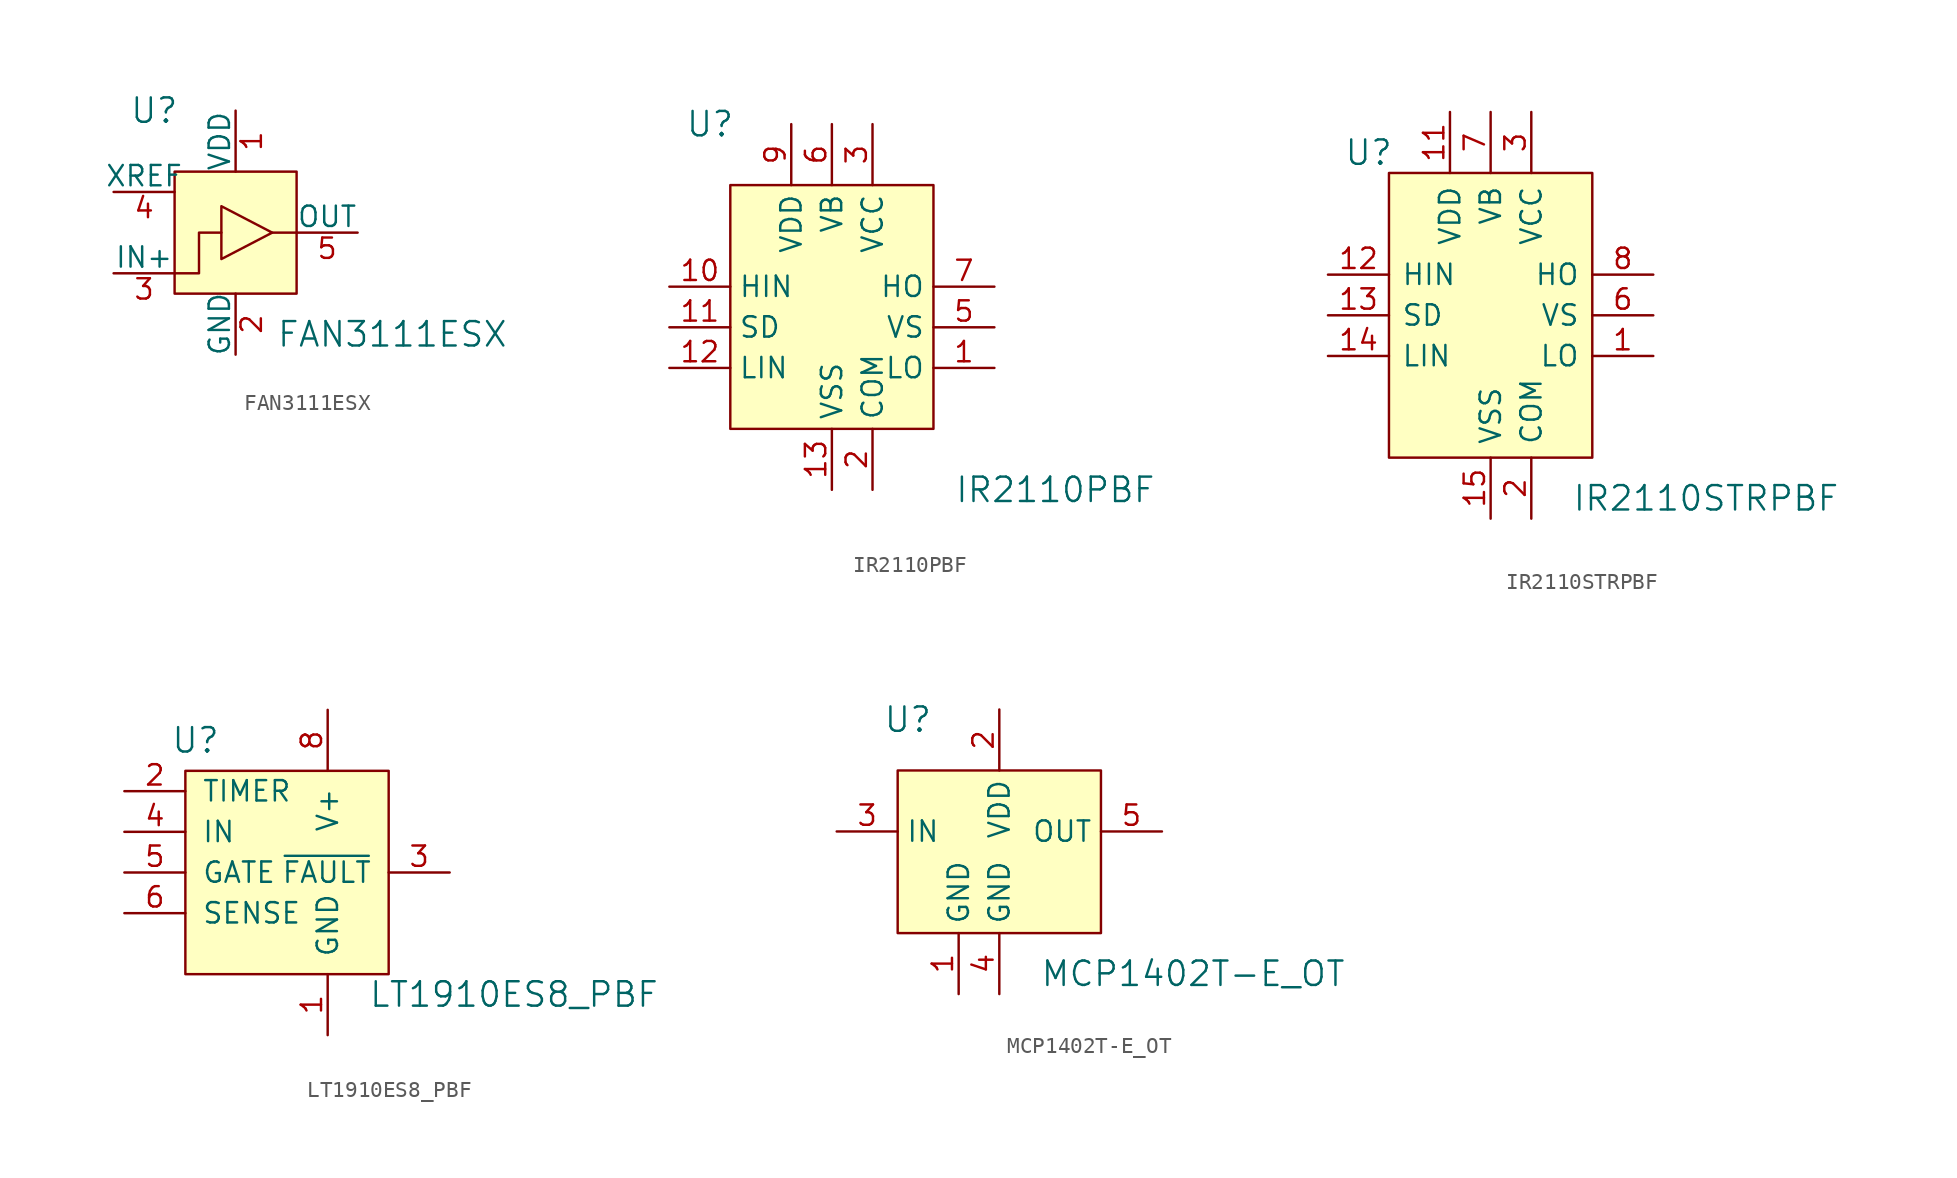
<source format=kicad_sym>
(kicad_symbol_lib
  (version 20201005)
  (generator kicad_symbol_editor)
  (symbol "FAN3111ESX"
    (pin_names
      (offset 0))
    (property "Reference" "U"
      (at -5.08 7.62 0)
      (effects (font (size 1.524 1.524))))
    (property "Value" "FAN3111ESX"
      (at 2.54 -6.35 0)
      (effects (font (size 1.524 1.524)) (justify left)))
    (symbol "FAN3111ESX_0_1"
      (rectangle (start -3.81 3.81) (end 3.81 -3.81) (stroke (width 0)) (fill (type background)))
      (polyline (pts (xy 3.81 0) (xy 2.286 0)) (stroke (width 0)) (fill (type none)))
      (polyline (pts (xy -3.81 -2.54) (xy -2.286 -2.54) (xy -2.286 0) (xy -0.889 0)) (stroke (width 0)) (fill (type none)))
      (polyline (pts (xy -0.889 1.651) (xy -0.889 -1.651) (xy 2.286 0) (xy -0.889 1.651)) (stroke (width 0)) (fill (type none))))
    (symbol "FAN3111ESX_1_1"
      (pin power_in line (at 0 7.62 270) (length 3.81) (name "VDD" (effects (font (size 1.27 1.27)))) (number "1" (effects (font (size 1.27 1.27)))))
      (pin power_in line (at 0 -7.62 90) (length 3.81) (name "GND" (effects (font (size 1.27 1.27)))) (number "2" (effects (font (size 1.27 1.27)))))
      (pin input line (at -7.62 -2.54 0) (length 3.81) (name "IN+" (effects (font (size 1.27 1.27)))) (number "3" (effects (font (size 1.27 1.27)))))
      (pin input line (at -7.62 2.54 0) (length 3.81) (name "XREF" (effects (font (size 1.27 1.27)))) (number "4" (effects (font (size 1.27 1.27)))))
      (pin output line (at 7.62 0 180) (length 3.81) (name "OUT" (effects (font (size 1.27 1.27)))) (number "5" (effects (font (size 1.27 1.27)))))))
  (symbol "IR2110PBF"
    (property "Reference" "U"
      (at -7.62 10.16 0)
      (effects (font (size 1.524 1.524))))
    (property "Value" "IR2110PBF"
      (at 13.97 -12.7 0)
      (effects (font (size 1.524 1.524))))
    (symbol "IR2110PBF_0_1"
      (rectangle (start -6.35 6.35) (end 6.35 -8.89) (stroke (width 0)) (fill (type background))))
    (symbol "IR2110PBF_1_1"
      (pin output line (at 10.16 -5.08 180) (length 3.81) (name "LO" (effects (font (size 1.27 1.27)))) (number "1" (effects (font (size 1.27 1.27)))))
      (pin power_in line (at 2.54 -12.7 90) (length 3.81) (name "COM" (effects (font (size 1.27 1.27)))) (number "2" (effects (font (size 1.27 1.27)))))
      (pin power_in line (at 2.54 10.16 270) (length 3.81) (name "VCC" (effects (font (size 1.27 1.27)))) (number "3" (effects (font (size 1.27 1.27)))))
      (pin no_connect line (at -7.62 -6.35 0) (length 3.81) hide (name "NC" (effects (font (size 1.27 1.27)))) (number "4" (effects (font (size 1.27 1.27)))))
      (pin power_in line (at 10.16 -2.54 180) (length 3.81) (name "VS" (effects (font (size 1.27 1.27)))) (number "5" (effects (font (size 1.27 1.27)))))
      (pin power_in line (at 0 10.16 270) (length 3.81) (name "VB" (effects (font (size 1.27 1.27)))) (number "6" (effects (font (size 1.27 1.27)))))
      (pin output line (at 10.16 0 180) (length 3.81) (name "HO" (effects (font (size 1.27 1.27)))) (number "7" (effects (font (size 1.27 1.27)))))
      (pin no_connect line (at -7.62 -7.62 0) (length 3.81) hide (name "NC" (effects (font (size 1.27 1.27)))) (number "8" (effects (font (size 1.27 1.27)))))
      (pin power_in line (at -2.54 10.16 270) (length 3.81) (name "VDD" (effects (font (size 1.27 1.27)))) (number "9" (effects (font (size 1.27 1.27)))))
      (pin input line (at -10.16 0 0) (length 3.81) (name "HIN" (effects (font (size 1.27 1.27)))) (number "10" (effects (font (size 1.27 1.27)))))
      (pin input line (at -10.16 -2.54 0) (length 3.81) (name "SD" (effects (font (size 1.27 1.27)))) (number "11" (effects (font (size 1.27 1.27)))))
      (pin input line (at -10.16 -5.08 0) (length 3.81) (name "LIN" (effects (font (size 1.27 1.27)))) (number "12" (effects (font (size 1.27 1.27)))))
      (pin power_in line (at 0 -12.7 90) (length 3.81) (name "VSS" (effects (font (size 1.27 1.27)))) (number "13" (effects (font (size 1.27 1.27)))))
      (pin no_connect line (at -7.62 -8.89 0) (length 3.81) hide (name "NC" (effects (font (size 1.27 1.27)))) (number "14" (effects (font (size 1.27 1.27)))))))
  (symbol "IR2110STRPBF"
    (pin_names
      (offset 0.762))
    (property "Reference" "U"
      (at -7.62 10.16 0)
      (effects (font (size 1.524 1.524))))
    (property "Value" "IR2110STRPBF"
      (at 5.08 -11.43 0)
      (effects (font (size 1.524 1.524)) (justify left)))
    (symbol "IR2110STRPBF_0_1"
      (rectangle (start -6.35 8.89) (end 6.35 -8.89) (stroke (width 0)) (fill (type background))))
    (symbol "IR2110STRPBF_1_1"
      (pin output line (at 10.16 -2.54 180) (length 3.81) (name "LO" (effects (font (size 1.27 1.27)))) (number "1" (effects (font (size 1.27 1.27)))))
      (pin power_in line (at 2.54 -12.7 90) (length 3.81) (name "COM" (effects (font (size 1.27 1.27)))) (number "2" (effects (font (size 1.27 1.27)))))
      (pin power_in line (at 2.54 12.7 270) (length 3.81) (name "VCC" (effects (font (size 1.27 1.27)))) (number "3" (effects (font (size 1.27 1.27)))))
      (pin no_connect line (at -6.35 -3.81 0) (length 3.81) hide (name "NC" (effects (font (size 1.27 1.27)))) (number "4" (effects (font (size 1.27 1.27)))))
      (pin no_connect line (at -6.35 -5.08 0) (length 3.81) hide (name "NC" (effects (font (size 1.27 1.27)))) (number "5" (effects (font (size 1.27 1.27)))))
      (pin power_in line (at 10.16 0 180) (length 3.81) (name "VS" (effects (font (size 1.27 1.27)))) (number "6" (effects (font (size 1.27 1.27)))))
      (pin power_in line (at 0 12.7 270) (length 3.81) (name "VB" (effects (font (size 1.27 1.27)))) (number "7" (effects (font (size 1.27 1.27)))))
      (pin output line (at 10.16 2.54 180) (length 3.81) (name "HO" (effects (font (size 1.27 1.27)))) (number "8" (effects (font (size 1.27 1.27)))))
      (pin no_connect line (at -6.35 -6.35 0) (length 3.81) hide (name "NC" (effects (font (size 1.27 1.27)))) (number "9" (effects (font (size 1.27 1.27)))))
      (pin no_connect line (at -6.35 -7.62 0) (length 3.81) hide (name "NC" (effects (font (size 1.27 1.27)))) (number "10" (effects (font (size 1.27 1.27)))))
      (pin power_in line (at -2.54 12.7 270) (length 3.81) (name "VDD" (effects (font (size 1.27 1.27)))) (number "11" (effects (font (size 1.27 1.27)))))
      (pin input line (at -10.16 2.54 0) (length 3.81) (name "HIN" (effects (font (size 1.27 1.27)))) (number "12" (effects (font (size 1.27 1.27)))))
      (pin input line (at -10.16 0 0) (length 3.81) (name "SD" (effects (font (size 1.27 1.27)))) (number "13" (effects (font (size 1.27 1.27)))))
      (pin input line (at -10.16 -2.54 0) (length 3.81) (name "LIN" (effects (font (size 1.27 1.27)))) (number "14" (effects (font (size 1.27 1.27)))))
      (pin power_in line (at 0 -12.7 90) (length 3.81) (name "VSS" (effects (font (size 1.27 1.27)))) (number "15" (effects (font (size 1.27 1.27)))))
      (pin no_connect line (at -6.35 -8.89 0) (length 3.81) hide (name "NC" (effects (font (size 1.27 1.27)))) (number "16" (effects (font (size 1.27 1.27)))))))
  (symbol "LT1910ES8_PBF"
    (pin_names
      (offset 1.016))
    (property "Reference" "U"
      (at -5.715 5.715 0)
      (effects (font (size 1.524 1.524))))
    (property "Value" "LT1910ES8_PBF"
      (at 5.08 -10.16 0)
      (effects (font (size 1.524 1.524)) (justify left)))
    (symbol "LT1910ES8_PBF_0_1"
      (rectangle (start -6.35 3.81) (end 6.35 -8.89) (stroke (width 0)) (fill (type background))))
    (symbol "LT1910ES8_PBF_1_1"
      (pin power_in line (at 2.54 -12.7 90) (length 3.81) (name "GND" (effects (font (size 1.27 1.27)))) (number "1" (effects (font (size 1.27 1.27)))))
      (pin passive line (at -10.16 2.54 0) (length 3.81) (name "TIMER" (effects (font (size 1.27 1.27)))) (number "2" (effects (font (size 1.27 1.27)))))
      (pin output line (at 10.16 -2.54 180) (length 3.81) (name "~FAULT" (effects (font (size 1.27 1.27)))) (number "3" (effects (font (size 1.27 1.27)))))
      (pin input line (at -10.16 0 0) (length 3.81) (name "IN" (effects (font (size 1.27 1.27)))) (number "4" (effects (font (size 1.27 1.27)))))
      (pin input line (at -10.16 -2.54 0) (length 3.81) (name "GATE" (effects (font (size 1.27 1.27)))) (number "5" (effects (font (size 1.27 1.27)))))
      (pin input line (at -10.16 -5.08 0) (length 3.81) (name "SENSE" (effects (font (size 1.27 1.27)))) (number "6" (effects (font (size 1.27 1.27)))))
      (pin no_connect line (at -6.35 -7.62 0) (length 3.81) hide (name "NC" (effects (font (size 1.27 1.27)))) (number "7" (effects (font (size 1.27 1.27)))))
      (pin power_in line (at 2.54 7.62 270) (length 3.81) (name "V+" (effects (font (size 1.27 1.27)))) (number "8" (effects (font (size 1.27 1.27)))))))
  (symbol "MCP1402T-E_OT"
    (property "Reference" "U"
      (at -5.715 6.985 0)
      (effects (font (size 1.524 1.524))))
    (property "Value" "MCP1402T-E_OT"
      (at 2.54 -8.89 0)
      (effects (font (size 1.524 1.524)) (justify left)))
    (symbol "MCP1402T-E_OT_0_1"
      (rectangle (start -6.35 3.81) (end 6.35 -6.35) (stroke (width 0)) (fill (type background))))
    (symbol "MCP1402T-E_OT_1_1"
      (pin power_in line (at -2.54 -10.16 90) (length 3.81) (name "GND" (effects (font (size 1.27 1.27)))) (number "1" (effects (font (size 1.27 1.27)))))
      (pin power_in line (at 0 7.62 270) (length 3.81) (name "VDD" (effects (font (size 1.27 1.27)))) (number "2" (effects (font (size 1.27 1.27)))))
      (pin input line (at -10.16 0 0) (length 3.81) (name "IN" (effects (font (size 1.27 1.27)))) (number "3" (effects (font (size 1.27 1.27)))))
      (pin power_in line (at 0 -10.16 90) (length 3.81) (name "GND" (effects (font (size 1.27 1.27)))) (number "4" (effects (font (size 1.27 1.27)))))
      (pin output line (at 10.16 0 180) (length 3.81) (name "OUT" (effects (font (size 1.27 1.27)))) (number "5" (effects (font (size 1.27 1.27))))))))
</source>
